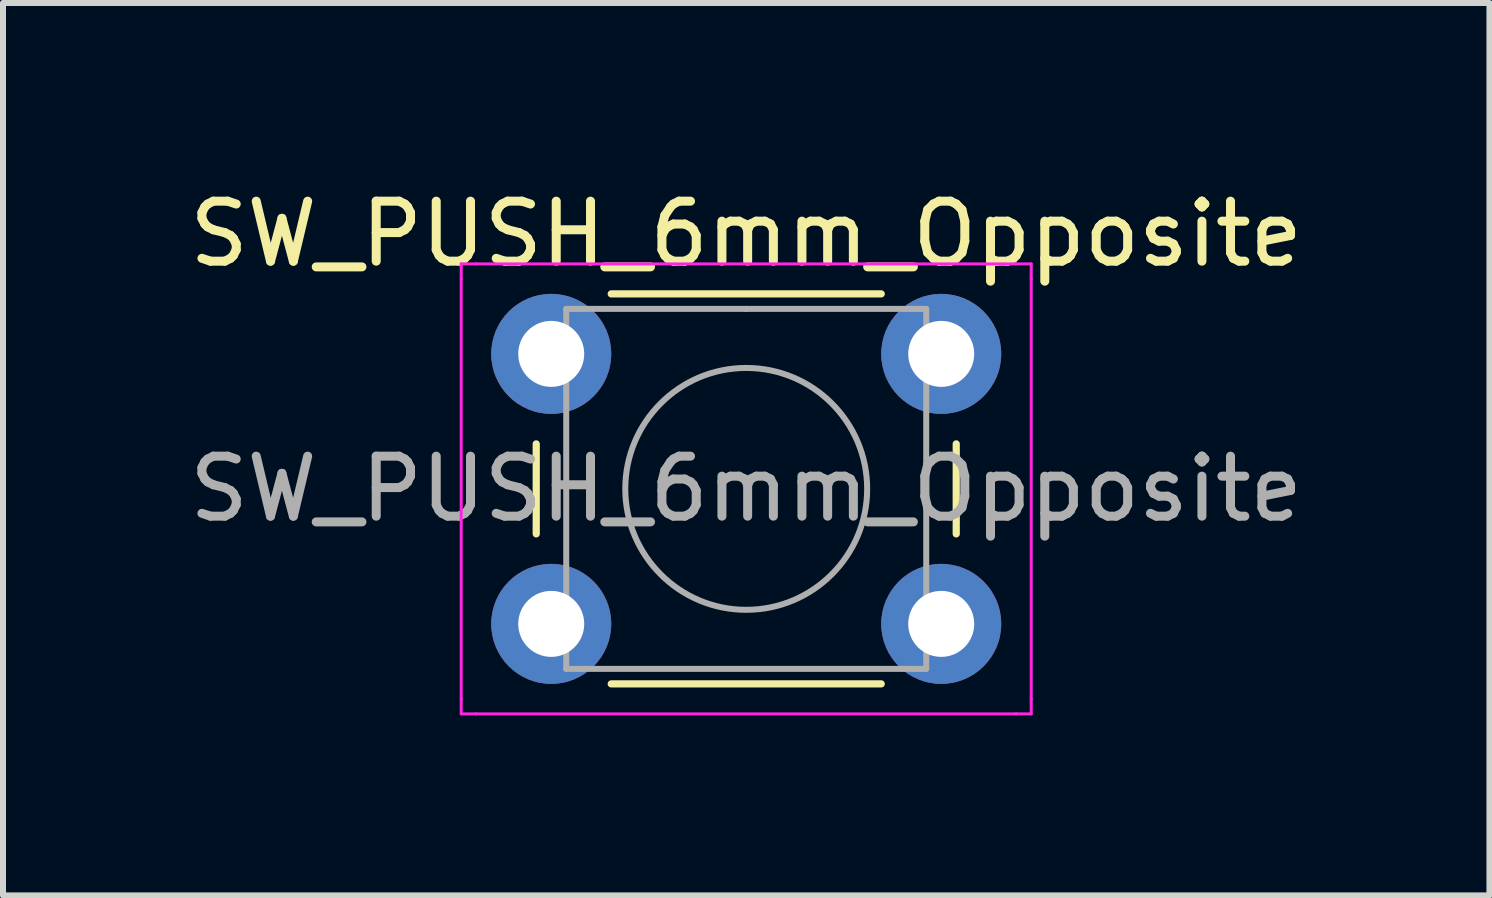
<source format=kicad_pcb>
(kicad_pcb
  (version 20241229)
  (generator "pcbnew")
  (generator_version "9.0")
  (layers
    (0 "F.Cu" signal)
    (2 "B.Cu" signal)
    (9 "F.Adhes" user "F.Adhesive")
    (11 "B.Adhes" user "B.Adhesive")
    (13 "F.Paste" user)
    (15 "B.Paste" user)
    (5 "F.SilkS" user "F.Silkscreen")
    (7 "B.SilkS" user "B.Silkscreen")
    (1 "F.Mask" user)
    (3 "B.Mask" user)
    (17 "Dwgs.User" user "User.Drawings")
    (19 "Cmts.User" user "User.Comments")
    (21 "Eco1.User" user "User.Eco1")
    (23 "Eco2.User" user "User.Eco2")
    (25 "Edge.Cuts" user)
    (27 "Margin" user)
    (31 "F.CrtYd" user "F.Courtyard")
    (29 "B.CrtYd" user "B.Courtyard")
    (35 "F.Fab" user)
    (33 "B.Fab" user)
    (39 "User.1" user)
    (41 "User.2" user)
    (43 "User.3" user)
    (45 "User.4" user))
  (footprint "SW_PUSH_6mm_Opposite"
    (layer "F.Cu")
    (at 6.137 2.848)
    (property "Reference" "SW_PUSH_6mm_Opposite" (at 3.25 -2 0) (layer "F.SilkS") (effects (font (size 1 1) (thickness 0.15))))
    (attr through_hole)
    (fp_line (start -0.25 1.5) (end -0.25 3) (stroke (width 0.12) (type solid)) (layer "F.SilkS"))
    (fp_line (start 1 5.5) (end 5.5 5.5) (stroke (width 0.12) (type solid)) (layer "F.SilkS"))
    (fp_line (start 5.5 -1) (end 1 -1) (stroke (width 0.12) (type solid)) (layer "F.SilkS"))
    (fp_line (start 6.75 3) (end 6.75 1.5) (stroke (width 0.12) (type solid)) (layer "F.SilkS"))
    (fp_line (start -1.5 -1.5) (end -1.25 -1.5) (stroke (width 0.05) (type solid)) (layer "F.CrtYd"))
    (fp_line (start -1.5 -1.25) (end -1.5 -1.5) (stroke (width 0.05) (type solid)) (layer "F.CrtYd"))
    (fp_line (start -1.5 5.75) (end -1.5 -1.25) (stroke (width 0.05) (type solid)) (layer "F.CrtYd"))
    (fp_line (start -1.5 5.75) (end -1.5 6) (stroke (width 0.05) (type solid)) (layer "F.CrtYd"))
    (fp_line (start -1.5 6) (end -1.25 6) (stroke (width 0.05) (type solid)) (layer "F.CrtYd"))
    (fp_line (start -1.25 -1.5) (end 7.75 -1.5) (stroke (width 0.05) (type solid)) (layer "F.CrtYd"))
    (fp_line (start 7.75 -1.5) (end 8 -1.5) (stroke (width 0.05) (type solid)) (layer "F.CrtYd"))
    (fp_line (start 7.75 6) (end -1.25 6) (stroke (width 0.05) (type solid)) (layer "F.CrtYd"))
    (fp_line (start 7.75 6) (end 8 6) (stroke (width 0.05) (type solid)) (layer "F.CrtYd"))
    (fp_line (start 8 -1.5) (end 8 -1.25) (stroke (width 0.05) (type solid)) (layer "F.CrtYd"))
    (fp_line (start 8 -1.25) (end 8 5.75) (stroke (width 0.05) (type solid)) (layer "F.CrtYd"))
    (fp_line (start 8 6) (end 8 5.75) (stroke (width 0.05) (type solid)) (layer "F.CrtYd"))
    (fp_line (start 0.25 -0.75) (end 3.25 -0.75) (stroke (width 0.1) (type solid)) (layer "F.Fab"))
    (fp_line (start 0.25 5.25) (end 0.25 -0.75) (stroke (width 0.1) (type solid)) (layer "F.Fab"))
    (fp_line (start 3.25 -0.75) (end 6.25 -0.75) (stroke (width 0.1) (type solid)) (layer "F.Fab"))
    (fp_line (start 6.25 -0.75) (end 6.25 5.25) (stroke (width 0.1) (type solid)) (layer "F.Fab"))
    (fp_line (start 6.25 5.25) (end 0.25 5.25) (stroke (width 0.1) (type solid)) (layer "F.Fab"))
    (fp_circle (center 3.25 2.25) (end 1.25 2.5) (stroke (width 0.1) (type solid)) (fill no) (layer "F.Fab"))
    (fp_text user "${REFERENCE}" (at 3.25 2.25 0) (layer "F.Fab") (effects (font (size 1 1) (thickness 0.15))))
    (pad "1" thru_hole circle (at 0 0 90) (size 2 2) (drill 1.1) (layers "*.Cu" "*.Mask"))
    (pad "2" thru_hole circle (at 6.5 4.5 90) (size 2 2) (drill 1.1) (layers "*.Cu" "*.Mask"))
    (pad "3" thru_hole circle (at 6.5 0 90) (size 2 2) (drill 1.1) (layers "*.Cu" "*.Mask"))
    (pad "4" thru_hole circle (at 0 4.5 90) (size 2 2) (drill 1.1) (layers "*.Cu" "*.Mask")))
  (gr_rect
    (start -3 -3)
    (end 21.774 11.873)
    (stroke (width 0.1) (type default))
    (fill no)
    (layer "Edge.Cuts")))
</source>
